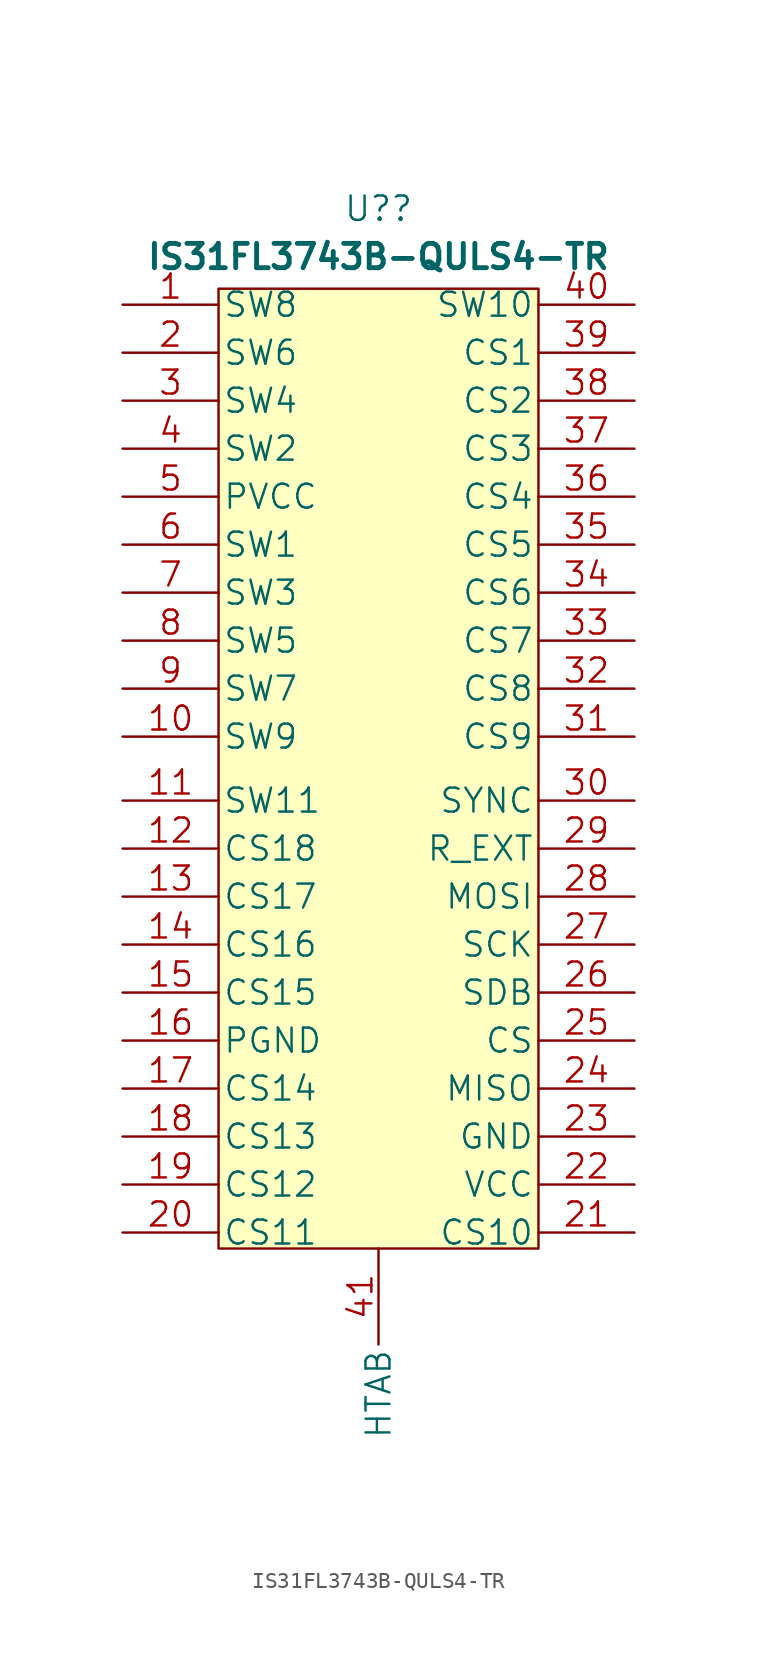
<source format=kicad_sym>
(kicad_symbol_lib
  (version 20211014)
  (generator kicad_symbol_editor)
  (symbol "IS31FL3743B-QULS4-TR"
    (pin_names
      (offset 0.254))
    (property "Reference" "U?"
      (at 0 35 0)
      (effects (font (size 1.524 1.524))))
    (property "Value" "IS31FL3743B-QULS4-TR"
      (at 0 32 0)
      (effects (font (size 1.524 1.524) bold)))
    (property "Datasheet" ""
      (at -16 26 0)
      (effects (font (size 1.524 1.524))))
    (property "ki_locked" ""
      (at 0 0 0)
      (effects (font (size 1.27 1.27))))
    (symbol "IS31FL3743B-QULS4-TR_1_1"
      (rectangle (start -10 30) (end 10 -30) (stroke (width 0) (type default) (color 0 0 0 0)) (fill (type background)))
      (pin bidirectional line (at -16 29 0) (length 6) (name "SW8" (effects (font (size 1.5 1.5)))) (number "1" (effects (font (size 1.5 1.5)))))
      (pin bidirectional line (at -16 2 0) (length 6) (name "SW9" (effects (font (size 1.499 1.499)))) (number "10" (effects (font (size 1.499 1.499)))))
      (pin bidirectional line (at -16 -2 0) (length 6) (name "SW11" (effects (font (size 1.499 1.499)))) (number "11" (effects (font (size 1.499 1.499)))))
      (pin bidirectional line (at -16 -5 0) (length 6) (name "CS18" (effects (font (size 1.499 1.499)))) (number "12" (effects (font (size 1.499 1.499)))))
      (pin bidirectional line (at -16 -8 0) (length 6) (name "CS17" (effects (font (size 1.499 1.499)))) (number "13" (effects (font (size 1.499 1.499)))))
      (pin bidirectional line (at -16 -11 0) (length 6) (name "CS16" (effects (font (size 1.499 1.499)))) (number "14" (effects (font (size 1.499 1.499)))))
      (pin bidirectional line (at -16 -14 0) (length 6) (name "CS15" (effects (font (size 1.499 1.499)))) (number "15" (effects (font (size 1.499 1.499)))))
      (pin power_in line (at -16 -17 0) (length 6) (name "PGND" (effects (font (size 1.499 1.499)))) (number "16" (effects (font (size 1.499 1.499)))))
      (pin bidirectional line (at -16 -20 0) (length 6) (name "CS14" (effects (font (size 1.499 1.499)))) (number "17" (effects (font (size 1.499 1.499)))))
      (pin bidirectional line (at -16 -23 0) (length 6) (name "CS13" (effects (font (size 1.499 1.499)))) (number "18" (effects (font (size 1.499 1.499)))))
      (pin bidirectional line (at -16 -26 0) (length 6) (name "CS12" (effects (font (size 1.499 1.499)))) (number "19" (effects (font (size 1.499 1.499)))))
      (pin bidirectional line (at -16 26 0) (length 6) (name "SW6" (effects (font (size 1.499 1.499)))) (number "2" (effects (font (size 1.499 1.499)))))
      (pin bidirectional line (at -16 -29 0) (length 6) (name "CS11" (effects (font (size 1.499 1.499)))) (number "20" (effects (font (size 1.499 1.499)))))
      (pin bidirectional line (at 16 -29 180) (length 6) (name "CS10" (effects (font (size 1.499 1.499)))) (number "21" (effects (font (size 1.499 1.499)))))
      (pin power_in line (at 16 -26 180) (length 6) (name "VCC" (effects (font (size 1.499 1.499)))) (number "22" (effects (font (size 1.499 1.499)))))
      (pin power_in line (at 16 -23 180) (length 6) (name "GND" (effects (font (size 1.499 1.499)))) (number "23" (effects (font (size 1.499 1.499)))))
      (pin output line (at 16 -20 180) (length 6) (name "MISO" (effects (font (size 1.499 1.499)))) (number "24" (effects (font (size 1.499 1.499)))))
      (pin unspecified line (at 16 -17 180) (length 6) (name "CS" (effects (font (size 1.499 1.499)))) (number "25" (effects (font (size 1.499 1.499)))))
      (pin unspecified line (at 16 -14 180) (length 6) (name "SDB" (effects (font (size 1.499 1.499)))) (number "26" (effects (font (size 1.499 1.499)))))
      (pin input line (at 16 -11 180) (length 6) (name "SCK" (effects (font (size 1.499 1.499)))) (number "27" (effects (font (size 1.499 1.499)))))
      (pin input line (at 16 -8 180) (length 6) (name "MOSI" (effects (font (size 1.499 1.499)))) (number "28" (effects (font (size 1.499 1.499)))))
      (pin unspecified line (at 16 -5 180) (length 6) (name "R_EXT" (effects (font (size 1.499 1.499)))) (number "29" (effects (font (size 1.499 1.499)))))
      (pin bidirectional line (at -16 23 0) (length 6) (name "SW4" (effects (font (size 1.499 1.499)))) (number "3" (effects (font (size 1.499 1.499)))))
      (pin unspecified line (at 16 -2 180) (length 6) (name "SYNC" (effects (font (size 1.499 1.499)))) (number "30" (effects (font (size 1.499 1.499)))))
      (pin bidirectional line (at 16 2 180) (length 6) (name "CS9" (effects (font (size 1.499 1.499)))) (number "31" (effects (font (size 1.499 1.499)))))
      (pin bidirectional line (at 16 5 180) (length 6) (name "CS8" (effects (font (size 1.499 1.499)))) (number "32" (effects (font (size 1.499 1.499)))))
      (pin bidirectional line (at 16 8 180) (length 6) (name "CS7" (effects (font (size 1.499 1.499)))) (number "33" (effects (font (size 1.499 1.499)))))
      (pin bidirectional line (at 16 11 180) (length 6) (name "CS6" (effects (font (size 1.499 1.499)))) (number "34" (effects (font (size 1.499 1.499)))))
      (pin bidirectional line (at 16 14 180) (length 6) (name "CS5" (effects (font (size 1.499 1.499)))) (number "35" (effects (font (size 1.499 1.499)))))
      (pin bidirectional line (at 16 17 180) (length 6) (name "CS4" (effects (font (size 1.499 1.499)))) (number "36" (effects (font (size 1.499 1.499)))))
      (pin bidirectional line (at 16 20 180) (length 6) (name "CS3" (effects (font (size 1.499 1.499)))) (number "37" (effects (font (size 1.499 1.499)))))
      (pin bidirectional line (at 16 23 180) (length 6) (name "CS2" (effects (font (size 1.499 1.499)))) (number "38" (effects (font (size 1.499 1.499)))))
      (pin bidirectional line (at 16 26 180) (length 6) (name "CS1" (effects (font (size 1.499 1.499)))) (number "39" (effects (font (size 1.499 1.499)))))
      (pin bidirectional line (at -16 20 0) (length 6) (name "SW2" (effects (font (size 1.499 1.499)))) (number "4" (effects (font (size 1.499 1.499)))))
      (pin bidirectional line (at 16 29 180) (length 6) (name "SW10" (effects (font (size 1.499 1.499)))) (number "40" (effects (font (size 1.499 1.499)))))
      (pin power_in line (at 0 -30 270) (length 6) (name "HTAB" (effects (font (size 1.499 1.499)))) (number "41" (effects (font (size 1.499 1.499)))))
      (pin power_in line (at -16 17 0) (length 6) (name "PVCC" (effects (font (size 1.499 1.499)))) (number "5" (effects (font (size 1.499 1.499)))))
      (pin bidirectional line (at -16 14 0) (length 6) (name "SW1" (effects (font (size 1.499 1.499)))) (number "6" (effects (font (size 1.499 1.499)))))
      (pin bidirectional line (at -16 11 0) (length 6) (name "SW3" (effects (font (size 1.499 1.499)))) (number "7" (effects (font (size 1.499 1.499)))))
      (pin bidirectional line (at -16 8 0) (length 6) (name "SW5" (effects (font (size 1.499 1.499)))) (number "8" (effects (font (size 1.499 1.499)))))
      (pin bidirectional line (at -16 5 0) (length 6) (name "SW7" (effects (font (size 1.499 1.499)))) (number "9" (effects (font (size 1.499 1.499))))))))
</source>
